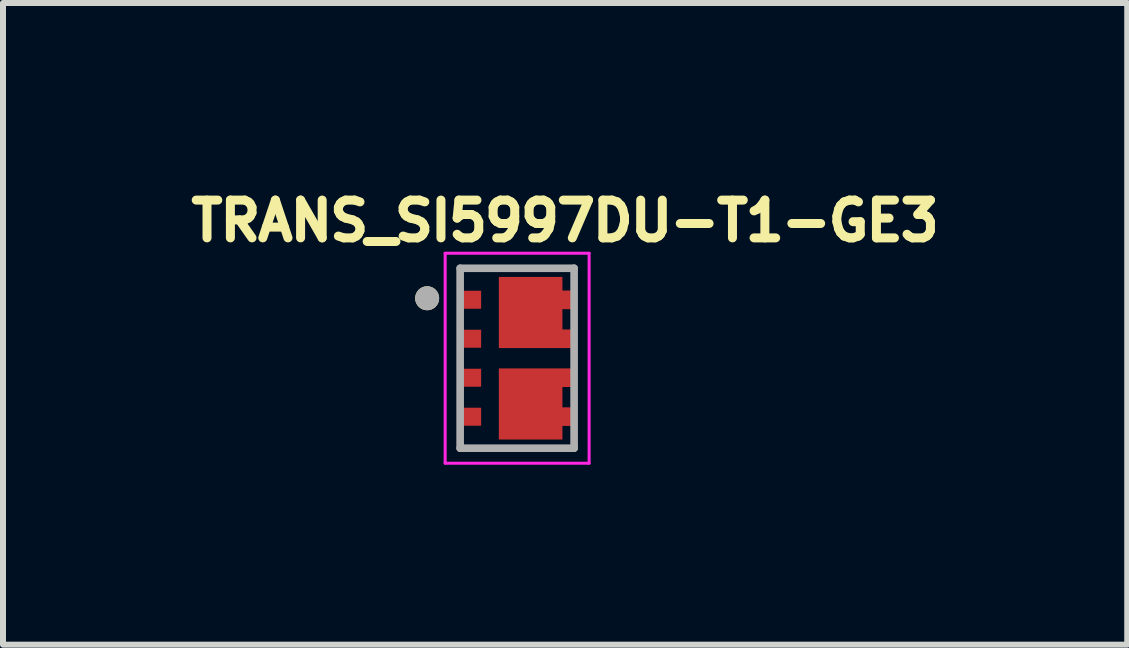
<source format=kicad_pcb>
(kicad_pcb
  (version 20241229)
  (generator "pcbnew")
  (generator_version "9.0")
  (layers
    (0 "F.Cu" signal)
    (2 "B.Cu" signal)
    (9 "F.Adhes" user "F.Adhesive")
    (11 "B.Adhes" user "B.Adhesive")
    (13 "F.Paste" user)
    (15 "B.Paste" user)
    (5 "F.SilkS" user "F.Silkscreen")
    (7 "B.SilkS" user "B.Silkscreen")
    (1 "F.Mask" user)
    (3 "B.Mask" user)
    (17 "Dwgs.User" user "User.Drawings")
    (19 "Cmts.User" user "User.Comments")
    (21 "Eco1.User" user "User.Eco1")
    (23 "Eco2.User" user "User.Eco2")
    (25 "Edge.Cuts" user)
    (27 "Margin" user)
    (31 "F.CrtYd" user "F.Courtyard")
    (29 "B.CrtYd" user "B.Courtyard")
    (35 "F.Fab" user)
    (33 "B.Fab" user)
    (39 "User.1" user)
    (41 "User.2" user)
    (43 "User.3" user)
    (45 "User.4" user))
  (footprint "TRANS_SI5997DU-T1-GE3"
    (layer "F.Cu")
    (at 5.571 2.922)
    (property "Reference" "TRANS_SI5997DU-T1-GE3" (at 0.8 -2.29 0) (layer "F.SilkS") (effects (font (size 0.63 0.63) (thickness 0.15))))
    (attr through_hole)
    (fp_poly (pts (xy -0.4 -1.45) (xy 0.85 -1.45) (xy 0.85 -1.225) (xy 1.05 -1.225) (xy 1.05 -0.725) (xy 0.85 -0.725) (xy 0.85 -0.575) (xy 1.05 -0.575) (xy 1.05 -0.075) (xy -0.4 -0.075)) (stroke (width 0.01) (type solid)) (fill yes) (layer "F.Mask"))
    (fp_poly (pts (xy -0.4 0.075) (xy 1.05 0.075) (xy 1.05 0.575) (xy 0.85 0.575) (xy 0.85 0.725) (xy 1.05 0.725) (xy 1.05 1.225) (xy 0.85 1.225) (xy 0.85 1.45) (xy -0.4 1.45)) (stroke (width 0.01) (type solid)) (fill yes) (layer "F.Mask"))
    (fp_circle (center -1.5 -1) (end -1.4 -1) (stroke (width 0.2) (type solid)) (fill no) (layer "F.SilkS"))
    (fp_poly (pts (xy -0.107 -1.134) (xy 0.557 -1.134) (xy 0.557 -0.391) (xy -0.107 -0.391)) (stroke (width 0.01) (type solid)) (fill yes) (layer "F.Paste"))
    (fp_poly (pts (xy -0.107 0.391) (xy 0.557 0.391) (xy 0.557 1.134) (xy -0.107 1.134)) (stroke (width 0.01) (type solid)) (fill yes) (layer "F.Paste"))
    (fp_poly (pts (xy 0.755 -1.125) (xy 0.95 -1.125) (xy 0.95 -0.825) (xy 0.755 -0.825)) (stroke (width 0.01) (type solid)) (fill yes) (layer "F.Paste"))
    (fp_poly (pts (xy 0.755 -0.475) (xy 0.95 -0.475) (xy 0.95 -0.175) (xy 0.755 -0.175)) (stroke (width 0.01) (type solid)) (fill yes) (layer "F.Paste"))
    (fp_poly (pts (xy 0.755 0.175) (xy 0.95 0.175) (xy 0.95 0.475) (xy 0.755 0.475)) (stroke (width 0.01) (type solid)) (fill yes) (layer "F.Paste"))
    (fp_poly (pts (xy 0.755 0.825) (xy 0.95 0.825) (xy 0.95 1.125) (xy 0.755 1.125)) (stroke (width 0.01) (type solid)) (fill yes) (layer "F.Paste"))
    (fp_line (start -1.2 -1.75) (end -1.2 1.75) (stroke (width 0.05) (type solid)) (layer "F.CrtYd"))
    (fp_line (start -1.2 1.75) (end 1.2 1.75) (stroke (width 0.05) (type solid)) (layer "F.CrtYd"))
    (fp_line (start 1.2 -1.75) (end -1.2 -1.75) (stroke (width 0.05) (type solid)) (layer "F.CrtYd"))
    (fp_line (start 1.2 1.75) (end 1.2 -1.75) (stroke (width 0.05) (type solid)) (layer "F.CrtYd"))
    (fp_line (start -0.95 -1.5) (end 0.95 -1.5) (stroke (width 0.127) (type solid)) (layer "F.Fab"))
    (fp_line (start -0.95 1.5) (end -0.95 -1.5) (stroke (width 0.127) (type solid)) (layer "F.Fab"))
    (fp_line (start 0.95 -1.5) (end 0.95 1.5) (stroke (width 0.127) (type solid)) (layer "F.Fab"))
    (fp_line (start 0.95 1.5) (end -0.95 1.5) (stroke (width 0.127) (type solid)) (layer "F.Fab"))
    (fp_circle (center -1.5 -1) (end -1.4 -1) (stroke (width 0.2) (type solid)) (fill no) (layer "F.Fab"))
    (pad "1" smd rect (at -0.775 -0.975) (size 0.35 0.3) (layers "F.Cu" "F.Mask" "F.Paste"))
    (pad "2" smd rect (at -0.775 -0.325) (size 0.35 0.3) (layers "F.Cu" "F.Mask" "F.Paste"))
    (pad "3" smd rect (at -0.775 0.325) (size 0.35 0.3) (layers "F.Cu" "F.Mask" "F.Paste"))
    (pad "4" smd rect (at -0.775 0.975) (size 0.35 0.3) (layers "F.Cu" "F.Mask" "F.Paste"))
    (pad "5_6" smd custom (at 0.225 0.762) (size 0.1 0.1) (layers "F.Cu") (options (anchor rect)) (primitives (gr_poly (pts (xy -0.525 0.588) (xy 0.525 0.588) (xy 0.525 0.362) (xy 0.725 0.362) (xy 0.725 0.237) (xy 0.725 0.062) (xy 0.525 0.062) (xy 0.525 -0.287) (xy 0.725 -0.287) (xy 0.725 -0.588) (xy -0.525 -0.588)) (width 0.01) (fill yes))))
    (pad "7_8" smd custom (at 0.225 -0.762) (size 0.1 0.1) (layers "F.Cu") (options (anchor rect)) (primitives (gr_poly (pts (xy -0.525 0.588) (xy 0.725 0.588) (xy 0.725 0.573) (xy 0.725 0.287) (xy 0.525 0.287) (xy 0.525 -0.062) (xy 0.725 -0.062) (xy 0.725 -0.362) (xy 0.525 -0.362) (xy 0.525 -0.588) (xy 0.4 -0.588) (xy -0.525 -0.588)) (width 0.01) (fill yes)))))
  (gr_rect
    (start -3 -3)
    (end 15.742 7.697)
    (stroke (width 0.1) (type default))
    (fill no)
    (layer "Edge.Cuts")))
</source>
